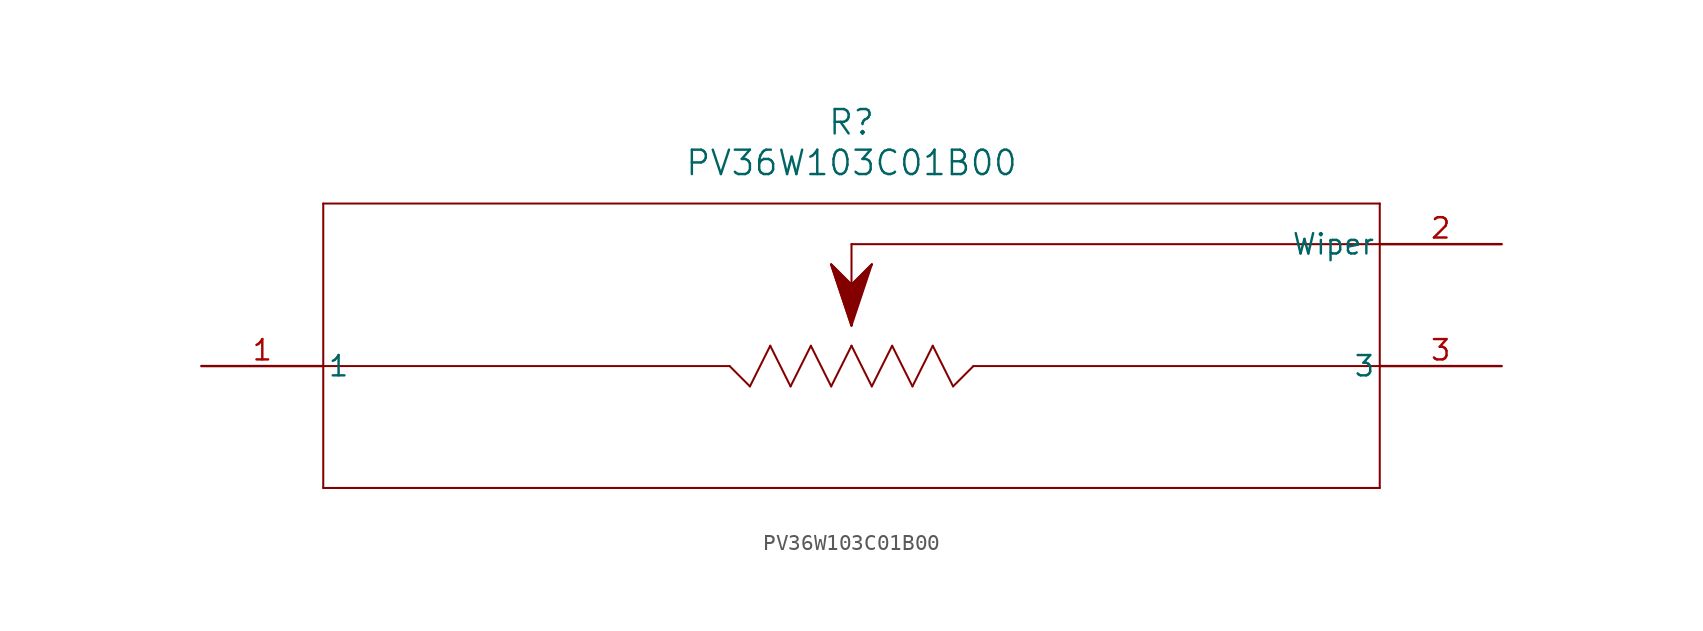
<source format=kicad_sym>
(kicad_symbol_lib
  (version 20211014)
  (generator kicad_symbol_editor)
  (symbol "PV36W103C01B00"
    (pin_names
      (offset 0.254))
    (property "Reference" "R"
      (at 40.64 12.7 0)
      (effects (font (size 1.524 1.524))))
    (property "Value" "PV36W103C01B00"
      (at 40.64 10.16 0)
      (effects (font (size 1.524 1.524))))
    (symbol "PV36W103C01B00_0_1"
      (polyline (pts (xy 7.62 7.62) (xy 7.62 -10.16)) (stroke (width 0.127) (type default) (color 0 0 0 0)) (fill (type none)))
      (polyline (pts (xy 7.62 -10.16) (xy 73.66 -10.16)) (stroke (width 0.127) (type default) (color 0 0 0 0)) (fill (type none)))
      (polyline (pts (xy 73.66 -10.16) (xy 73.66 7.62)) (stroke (width 0.127) (type default) (color 0 0 0 0)) (fill (type none)))
      (polyline (pts (xy 73.66 7.62) (xy 7.62 7.62)) (stroke (width 0.127) (type default) (color 0 0 0 0)) (fill (type none)))
      (polyline (pts (xy 7.62 -2.54) (xy 33.02 -2.54)) (stroke (width 0.127) (type default) (color 0 0 0 0)) (fill (type none)))
      (polyline (pts (xy 73.66 -2.54) (xy 48.26 -2.54)) (stroke (width 0.127) (type default) (color 0 0 0 0)) (fill (type none)))
      (polyline (pts (xy 33.02 -2.54) (xy 34.29 -3.81)) (stroke (width 0.127) (type default) (color 0 0 0 0)) (fill (type none)))
      (polyline (pts (xy 34.29 -3.81) (xy 35.56 -1.27)) (stroke (width 0.127) (type default) (color 0 0 0 0)) (fill (type none)))
      (polyline (pts (xy 35.56 -1.27) (xy 36.83 -3.81)) (stroke (width 0.127) (type default) (color 0 0 0 0)) (fill (type none)))
      (polyline (pts (xy 36.83 -3.81) (xy 38.1 -1.27)) (stroke (width 0.127) (type default) (color 0 0 0 0)) (fill (type none)))
      (polyline (pts (xy 38.1 -1.27) (xy 39.37 -3.81)) (stroke (width 0.127) (type default) (color 0 0 0 0)) (fill (type none)))
      (polyline (pts (xy 39.37 -3.81) (xy 40.64 -1.27)) (stroke (width 0.127) (type default) (color 0 0 0 0)) (fill (type none)))
      (polyline (pts (xy 40.64 -1.27) (xy 41.91 -3.81)) (stroke (width 0.127) (type default) (color 0 0 0 0)) (fill (type none)))
      (polyline (pts (xy 41.91 -3.81) (xy 43.18 -1.27)) (stroke (width 0.127) (type default) (color 0 0 0 0)) (fill (type none)))
      (polyline (pts (xy 43.18 -1.27) (xy 44.45 -3.81)) (stroke (width 0.127) (type default) (color 0 0 0 0)) (fill (type none)))
      (polyline (pts (xy 44.45 -3.81) (xy 45.72 -1.27)) (stroke (width 0.127) (type default) (color 0 0 0 0)) (fill (type none)))
      (polyline (pts (xy 45.72 -1.27) (xy 46.99 -3.81)) (stroke (width 0.127) (type default) (color 0 0 0 0)) (fill (type none)))
      (polyline (pts (xy 46.99 -3.81) (xy 48.26 -2.54)) (stroke (width 0.127) (type default) (color 0 0 0 0)) (fill (type none)))
      (polyline (pts (xy 73.66 5.08) (xy 40.64 5.08)) (stroke (width 0.127) (type default) (color 0 0 0 0)) (fill (type none)))
      (polyline (pts (xy 40.64 5.08) (xy 40.64 0)) (stroke (width 0.127) (type default) (color 0 0 0 0)) (fill (type none)))
      (polyline (pts (xy 40.64 0) (xy 39.37 3.81)) (stroke (width 0.127) (type default) (color 0 0 0 0)) (fill (type none)))
      (polyline (pts (xy 39.37 3.81) (xy 40.64 2.54)) (stroke (width 0.127) (type default) (color 0 0 0 0)) (fill (type none)))
      (polyline (pts (xy 40.64 2.54) (xy 41.91 3.81)) (stroke (width 0.127) (type default) (color 0 0 0 0)) (fill (type none)))
      (polyline (pts (xy 41.91 3.81) (xy 40.64 0)) (stroke (width 0.127) (type default) (color 0 0 0 0)) (fill (type none)))
      (polyline (pts (xy 40.64 0) (xy 39.37 3.81) (xy 40.64 2.54) (xy 41.91 3.81)) (stroke (width 0) (type default) (color 0 0 0 0)) (fill (type outline)))
      (pin unspecified line (at 0 -2.54 0) (length 7.62) (name "1" (effects (font (size 1.27 1.27)))) (number "1" (effects (font (size 1.27 1.27)))))
      (pin unspecified line (at 81.28 5.08 180) (length 7.62) (name "Wiper" (effects (font (size 1.27 1.27)))) (number "2" (effects (font (size 1.27 1.27)))))
      (pin unspecified line (at 81.28 -2.54 180) (length 7.62) (name "3" (effects (font (size 1.27 1.27)))) (number "3" (effects (font (size 1.27 1.27))))))))
</source>
